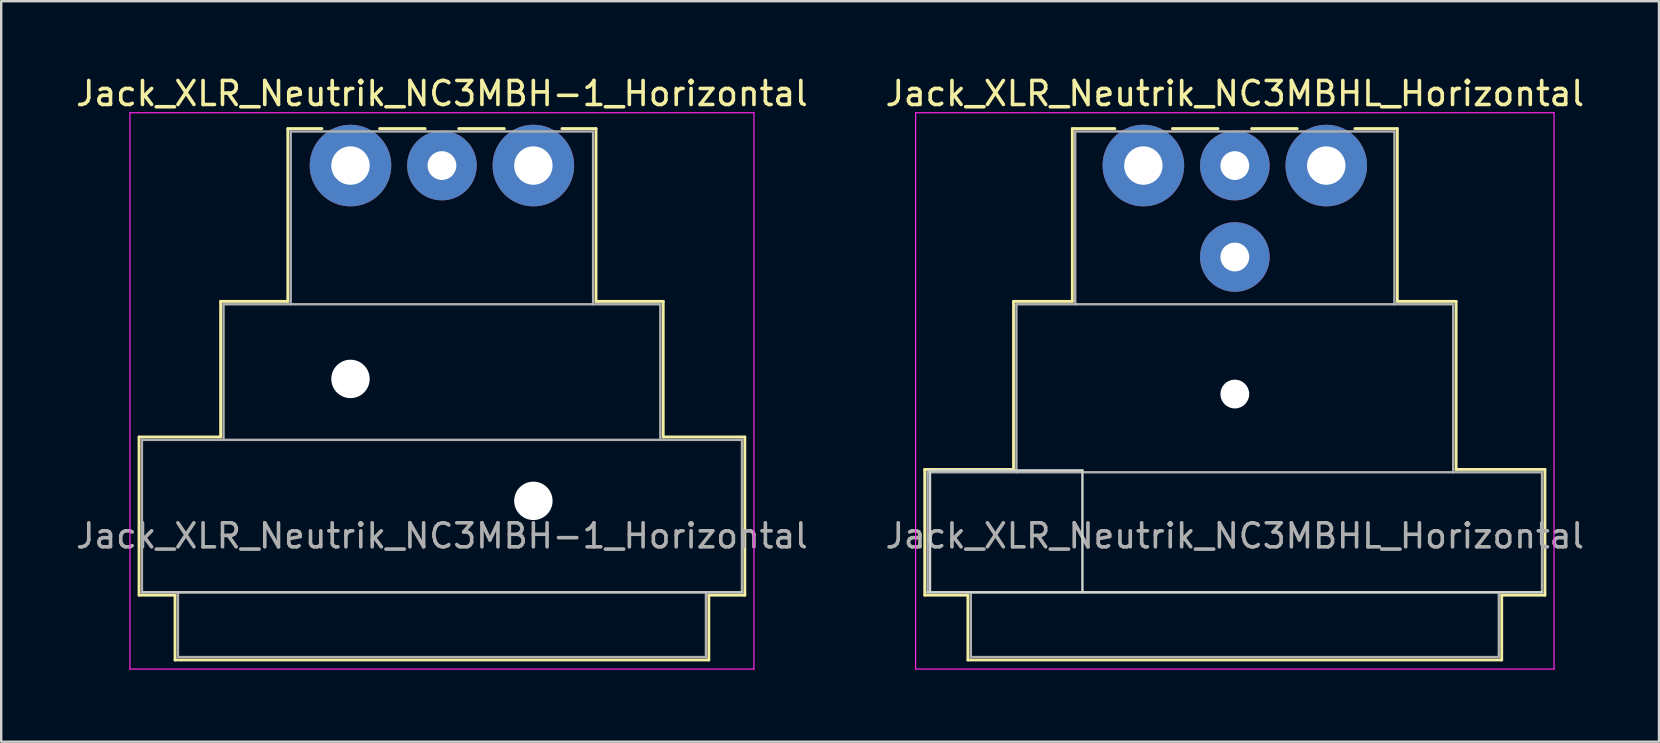
<source format=kicad_pcb>
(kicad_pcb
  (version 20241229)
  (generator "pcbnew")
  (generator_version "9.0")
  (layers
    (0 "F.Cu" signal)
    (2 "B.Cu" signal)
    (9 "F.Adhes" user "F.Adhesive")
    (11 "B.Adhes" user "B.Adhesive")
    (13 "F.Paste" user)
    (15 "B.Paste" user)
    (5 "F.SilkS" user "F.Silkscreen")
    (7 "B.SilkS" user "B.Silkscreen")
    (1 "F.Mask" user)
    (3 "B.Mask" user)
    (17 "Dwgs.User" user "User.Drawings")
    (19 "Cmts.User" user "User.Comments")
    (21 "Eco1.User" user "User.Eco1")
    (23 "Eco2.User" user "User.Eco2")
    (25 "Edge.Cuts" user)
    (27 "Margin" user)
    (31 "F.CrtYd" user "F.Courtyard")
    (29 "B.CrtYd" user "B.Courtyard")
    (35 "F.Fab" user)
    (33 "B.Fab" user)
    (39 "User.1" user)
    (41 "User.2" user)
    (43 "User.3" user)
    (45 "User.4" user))
  (footprint "Jack_XLR_Neutrik_NC3MBH-1_Horizontal"
    (layer "F.Cu")
    (at 11.553 3.848)
    (property "Reference" "Jack_XLR_Neutrik_NC3MBH-1_Horizontal" (at 3.81 -3 0) (layer "F.SilkS") (effects (font (size 1 1) (thickness 0.15))))
    (attr through_hole)
    (fp_line (start -8.81 11.31) (end -5.41 11.31) (stroke (width 0.12) (type solid)) (layer "F.SilkS"))
    (fp_line (start -8.81 17.9) (end -8.81 11.31) (stroke (width 0.12) (type solid)) (layer "F.SilkS"))
    (fp_line (start -7.31 17.9) (end -8.81 17.9) (stroke (width 0.12) (type solid)) (layer "F.SilkS"))
    (fp_line (start -7.31 17.9) (end -7.31 20.6) (stroke (width 0.12) (type solid)) (layer "F.SilkS"))
    (fp_line (start -5.41 11.31) (end -5.41 5.66) (stroke (width 0.12) (type solid)) (layer "F.SilkS"))
    (fp_line (start -2.61 5.66) (end -5.41 5.66) (stroke (width 0.12) (type solid)) (layer "F.SilkS"))
    (fp_line (start -2.61 5.66) (end -2.61 -1.54) (stroke (width 0.12) (type solid)) (layer "F.SilkS"))
    (fp_line (start -1.19 -1.54) (end -2.61 -1.54) (stroke (width 0.12) (type solid)) (layer "F.SilkS"))
    (fp_line (start 3.11 -1.54) (end 1.21 -1.54) (stroke (width 0.12) (type solid)) (layer "F.SilkS"))
    (fp_line (start 4.51 -1.54) (end 6.41 -1.54) (stroke (width 0.12) (type solid)) (layer "F.SilkS"))
    (fp_line (start 10.23 -1.54) (end 8.81 -1.54) (stroke (width 0.12) (type solid)) (layer "F.SilkS"))
    (fp_line (start 10.23 5.66) (end 10.23 -1.54) (stroke (width 0.12) (type solid)) (layer "F.SilkS"))
    (fp_line (start 10.23 5.66) (end 13.03 5.66) (stroke (width 0.12) (type solid)) (layer "F.SilkS"))
    (fp_line (start 13.03 11.31) (end 13.03 5.66) (stroke (width 0.12) (type solid)) (layer "F.SilkS"))
    (fp_line (start 13.03 11.31) (end 16.43 11.31) (stroke (width 0.12) (type solid)) (layer "F.SilkS"))
    (fp_line (start 14.93 17.9) (end 14.93 20.6) (stroke (width 0.12) (type solid)) (layer "F.SilkS"))
    (fp_line (start 14.93 20.6) (end -7.31 20.6) (stroke (width 0.12) (type solid)) (layer "F.SilkS"))
    (fp_line (start 16.43 17.9) (end 14.93 17.9) (stroke (width 0.12) (type solid)) (layer "F.SilkS"))
    (fp_line (start 16.43 17.9) (end 16.43 11.31) (stroke (width 0.12) (type solid)) (layer "F.SilkS"))
    (fp_line (start 16.31 17.78) (end -8.69 17.78) (stroke (width 0.1) (type solid)) (layer "Dwgs.User"))
    (fp_line (start -9.19 20.98) (end -9.19 -2.2) (stroke (width 0.05) (type solid)) (layer "F.CrtYd"))
    (fp_line (start 16.81 -2.2) (end -9.19 -2.2) (stroke (width 0.05) (type solid)) (layer "F.CrtYd"))
    (fp_line (start 16.81 20.98) (end -9.19 20.98) (stroke (width 0.05) (type solid)) (layer "F.CrtYd"))
    (fp_line (start 16.81 20.98) (end 16.81 -2.2) (stroke (width 0.05) (type solid)) (layer "F.CrtYd"))
    (fp_line (start -8.69 11.43) (end 16.31 11.43) (stroke (width 0.1) (type solid)) (layer "F.Fab"))
    (fp_line (start -8.69 17.78) (end -8.69 11.43) (stroke (width 0.1) (type solid)) (layer "F.Fab"))
    (fp_line (start -7.19 20.48) (end -7.19 17.78) (stroke (width 0.1) (type solid)) (layer "F.Fab"))
    (fp_line (start -5.29 5.78) (end -5.29 11.43) (stroke (width 0.1) (type solid)) (layer "F.Fab"))
    (fp_line (start -5.29 5.78) (end 12.91 5.78) (stroke (width 0.1) (type solid)) (layer "F.Fab"))
    (fp_line (start -2.49 5.78) (end -2.49 -1.42) (stroke (width 0.1) (type solid)) (layer "F.Fab"))
    (fp_line (start 10.11 -1.42) (end -2.49 -1.42) (stroke (width 0.1) (type solid)) (layer "F.Fab"))
    (fp_line (start 10.11 5.78) (end 10.11 -1.42) (stroke (width 0.1) (type solid)) (layer "F.Fab"))
    (fp_line (start 12.91 11.43) (end 12.91 5.78) (stroke (width 0.1) (type solid)) (layer "F.Fab"))
    (fp_line (start 14.81 17.78) (end 14.81 20.48) (stroke (width 0.1) (type solid)) (layer "F.Fab"))
    (fp_line (start 14.81 20.48) (end -7.19 20.48) (stroke (width 0.1) (type solid)) (layer "F.Fab"))
    (fp_line (start 16.31 11.43) (end 16.31 17.78) (stroke (width 0.1) (type solid)) (layer "F.Fab"))
    (fp_line (start 16.31 17.78) (end -8.69 17.78) (stroke (width 0.1) (type solid)) (layer "F.Fab"))
    (fp_text user "${REFERENCE}" (at 3.81 15.43 0) (layer "F.Fab") (effects (font (size 1 1) (thickness 0.15))))
    (pad "" np_thru_hole circle (at 0 8.89) (size 1.6 1.6) (drill 1.6) (layers "*.Cu" "*.Mask"))
    (pad "" np_thru_hole circle (at 7.62 13.97) (size 1.6 1.6) (drill 1.6) (layers "*.Cu" "*.Mask"))
    (pad "1" thru_hole circle (at 0 0) (size 3.4 3.4) (drill 1.6) (layers "*.Cu" "*.Mask"))
    (pad "2" thru_hole circle (at 7.62 0) (size 3.4 3.4) (drill 1.6) (layers "*.Cu" "*.Mask"))
    (pad "3" thru_hole circle (at 3.81 0) (size 2.9 2.9) (drill 1.2) (layers "*.Cu" "*.Mask")))
  (footprint "Jack_XLR_Neutrik_NC3MBHL_Horizontal"
    (layer "F.Cu")
    (at 44.589 3.848)
    (property "Reference" "Jack_XLR_Neutrik_NC3MBHL_Horizontal" (at 3.81 -3 0) (layer "F.SilkS") (effects (font (size 1 1) (thickness 0.15))))
    (attr through_hole)
    (fp_line (start -9.11 12.66) (end -5.41 12.66) (stroke (width 0.12) (type solid)) (layer "F.SilkS"))
    (fp_line (start -9.11 17.9) (end -9.11 12.66) (stroke (width 0.12) (type solid)) (layer "F.SilkS"))
    (fp_line (start -7.31 17.9) (end -9.11 17.9) (stroke (width 0.12) (type solid)) (layer "F.SilkS"))
    (fp_line (start -7.31 17.9) (end -7.31 20.6) (stroke (width 0.12) (type solid)) (layer "F.SilkS"))
    (fp_line (start -5.41 12.66) (end -5.41 5.66) (stroke (width 0.12) (type solid)) (layer "F.SilkS"))
    (fp_line (start -2.96 5.66) (end -5.41 5.66) (stroke (width 0.12) (type solid)) (layer "F.SilkS"))
    (fp_line (start -2.96 5.66) (end -2.96 -1.54) (stroke (width 0.12) (type solid)) (layer "F.SilkS"))
    (fp_line (start -1.19 -1.54) (end -2.96 -1.54) (stroke (width 0.12) (type solid)) (layer "F.SilkS"))
    (fp_line (start 3.11 -1.54) (end 1.21 -1.54) (stroke (width 0.12) (type solid)) (layer "F.SilkS"))
    (fp_line (start 4.51 -1.54) (end 6.41 -1.54) (stroke (width 0.12) (type solid)) (layer "F.SilkS"))
    (fp_line (start 10.58 -1.54) (end 8.81 -1.54) (stroke (width 0.12) (type solid)) (layer "F.SilkS"))
    (fp_line (start 10.58 5.66) (end 10.58 -1.54) (stroke (width 0.12) (type solid)) (layer "F.SilkS"))
    (fp_line (start 10.58 5.66) (end 13.03 5.66) (stroke (width 0.12) (type solid)) (layer "F.SilkS"))
    (fp_line (start 13.03 12.66) (end 13.03 5.66) (stroke (width 0.12) (type solid)) (layer "F.SilkS"))
    (fp_line (start 13.03 12.66) (end 16.73 12.66) (stroke (width 0.12) (type solid)) (layer "F.SilkS"))
    (fp_line (start 14.93 17.9) (end 14.93 20.6) (stroke (width 0.12) (type solid)) (layer "F.SilkS"))
    (fp_line (start 14.93 20.6) (end -7.31 20.6) (stroke (width 0.12) (type solid)) (layer "F.SilkS"))
    (fp_line (start 16.73 17.9) (end 14.93 17.9) (stroke (width 0.12) (type solid)) (layer "F.SilkS"))
    (fp_line (start 16.73 17.9) (end 16.73 12.66) (stroke (width 0.12) (type solid)) (layer "F.SilkS"))
    (fp_line (start -8.89 12.7) (end -8.89 17.78) (stroke (width 0.1) (type solid)) (layer "Edge.Cuts"))
    (fp_line (start -2.54 12.7) (end -8.89 12.7) (stroke (width 0.1) (type solid)) (layer "Edge.Cuts"))
    (fp_line (start -2.54 17.78) (end -2.54 12.7) (stroke (width 0.1) (type solid)) (layer "Edge.Cuts"))
    (fp_line (start 16.61 17.78) (end -8.99 17.78) (stroke (width 0.1) (type solid)) (layer "Edge.Cuts"))
    (fp_line (start -9.49 20.98) (end -9.49 -2.2) (stroke (width 0.05) (type solid)) (layer "F.CrtYd"))
    (fp_line (start 17.11 -2.2) (end -9.49 -2.2) (stroke (width 0.05) (type solid)) (layer "F.CrtYd"))
    (fp_line (start 17.11 20.98) (end -9.49 20.98) (stroke (width 0.05) (type solid)) (layer "F.CrtYd"))
    (fp_line (start 17.11 20.98) (end 17.11 -2.2) (stroke (width 0.05) (type solid)) (layer "F.CrtYd"))
    (fp_line (start -8.99 12.78) (end 16.61 12.78) (stroke (width 0.1) (type solid)) (layer "F.Fab"))
    (fp_line (start -8.99 17.78) (end -8.99 12.78) (stroke (width 0.1) (type solid)) (layer "F.Fab"))
    (fp_line (start -7.19 20.48) (end -7.19 17.78) (stroke (width 0.1) (type solid)) (layer "F.Fab"))
    (fp_line (start -5.29 5.78) (end -5.29 12.78) (stroke (width 0.1) (type solid)) (layer "F.Fab"))
    (fp_line (start -5.29 5.78) (end 12.91 5.78) (stroke (width 0.1) (type solid)) (layer "F.Fab"))
    (fp_line (start -2.84 5.78) (end -2.84 -1.42) (stroke (width 0.1) (type solid)) (layer "F.Fab"))
    (fp_line (start 10.46 -1.42) (end -2.84 -1.42) (stroke (width 0.1) (type solid)) (layer "F.Fab"))
    (fp_line (start 10.46 5.78) (end 10.46 -1.42) (stroke (width 0.1) (type solid)) (layer "F.Fab"))
    (fp_line (start 12.91 12.78) (end 12.91 5.78) (stroke (width 0.1) (type solid)) (layer "F.Fab"))
    (fp_line (start 14.81 17.78) (end 14.81 20.48) (stroke (width 0.1) (type solid)) (layer "F.Fab"))
    (fp_line (start 14.81 20.48) (end -7.19 20.48) (stroke (width 0.1) (type solid)) (layer "F.Fab"))
    (fp_line (start 16.61 12.78) (end 16.61 17.78) (stroke (width 0.1) (type solid)) (layer "F.Fab"))
    (fp_line (start 16.61 17.78) (end -8.99 17.78) (stroke (width 0.1) (type solid)) (layer "F.Fab"))
    (fp_text user "${REFERENCE}" (at 3.81 15.43 0) (layer "F.Fab") (effects (font (size 1 1) (thickness 0.15))))
    (pad "" np_thru_hole circle (at 3.81 9.52) (size 1.2 1.2) (drill 1.2) (layers "*.Cu" "*.Mask"))
    (pad "1" thru_hole circle (at 0 0) (size 3.4 3.4) (drill 1.6) (layers "*.Cu" "*.Mask"))
    (pad "2" thru_hole circle (at 3.81 0) (size 2.9 2.9) (drill 1.2) (layers "*.Cu" "*.Mask"))
    (pad "3" thru_hole circle (at 7.62 0) (size 3.4 3.4) (drill 1.6) (layers "*.Cu" "*.Mask"))
    (pad "G" thru_hole circle (at 3.81 3.81) (size 2.9 2.9) (drill 1.2) (layers "*.Cu" "*.Mask")))
  (gr_rect
    (start -3 -3)
    (end 66.071 27.853)
    (stroke (width 0.1) (type default))
    (fill no)
    (layer "Edge.Cuts")))
</source>
